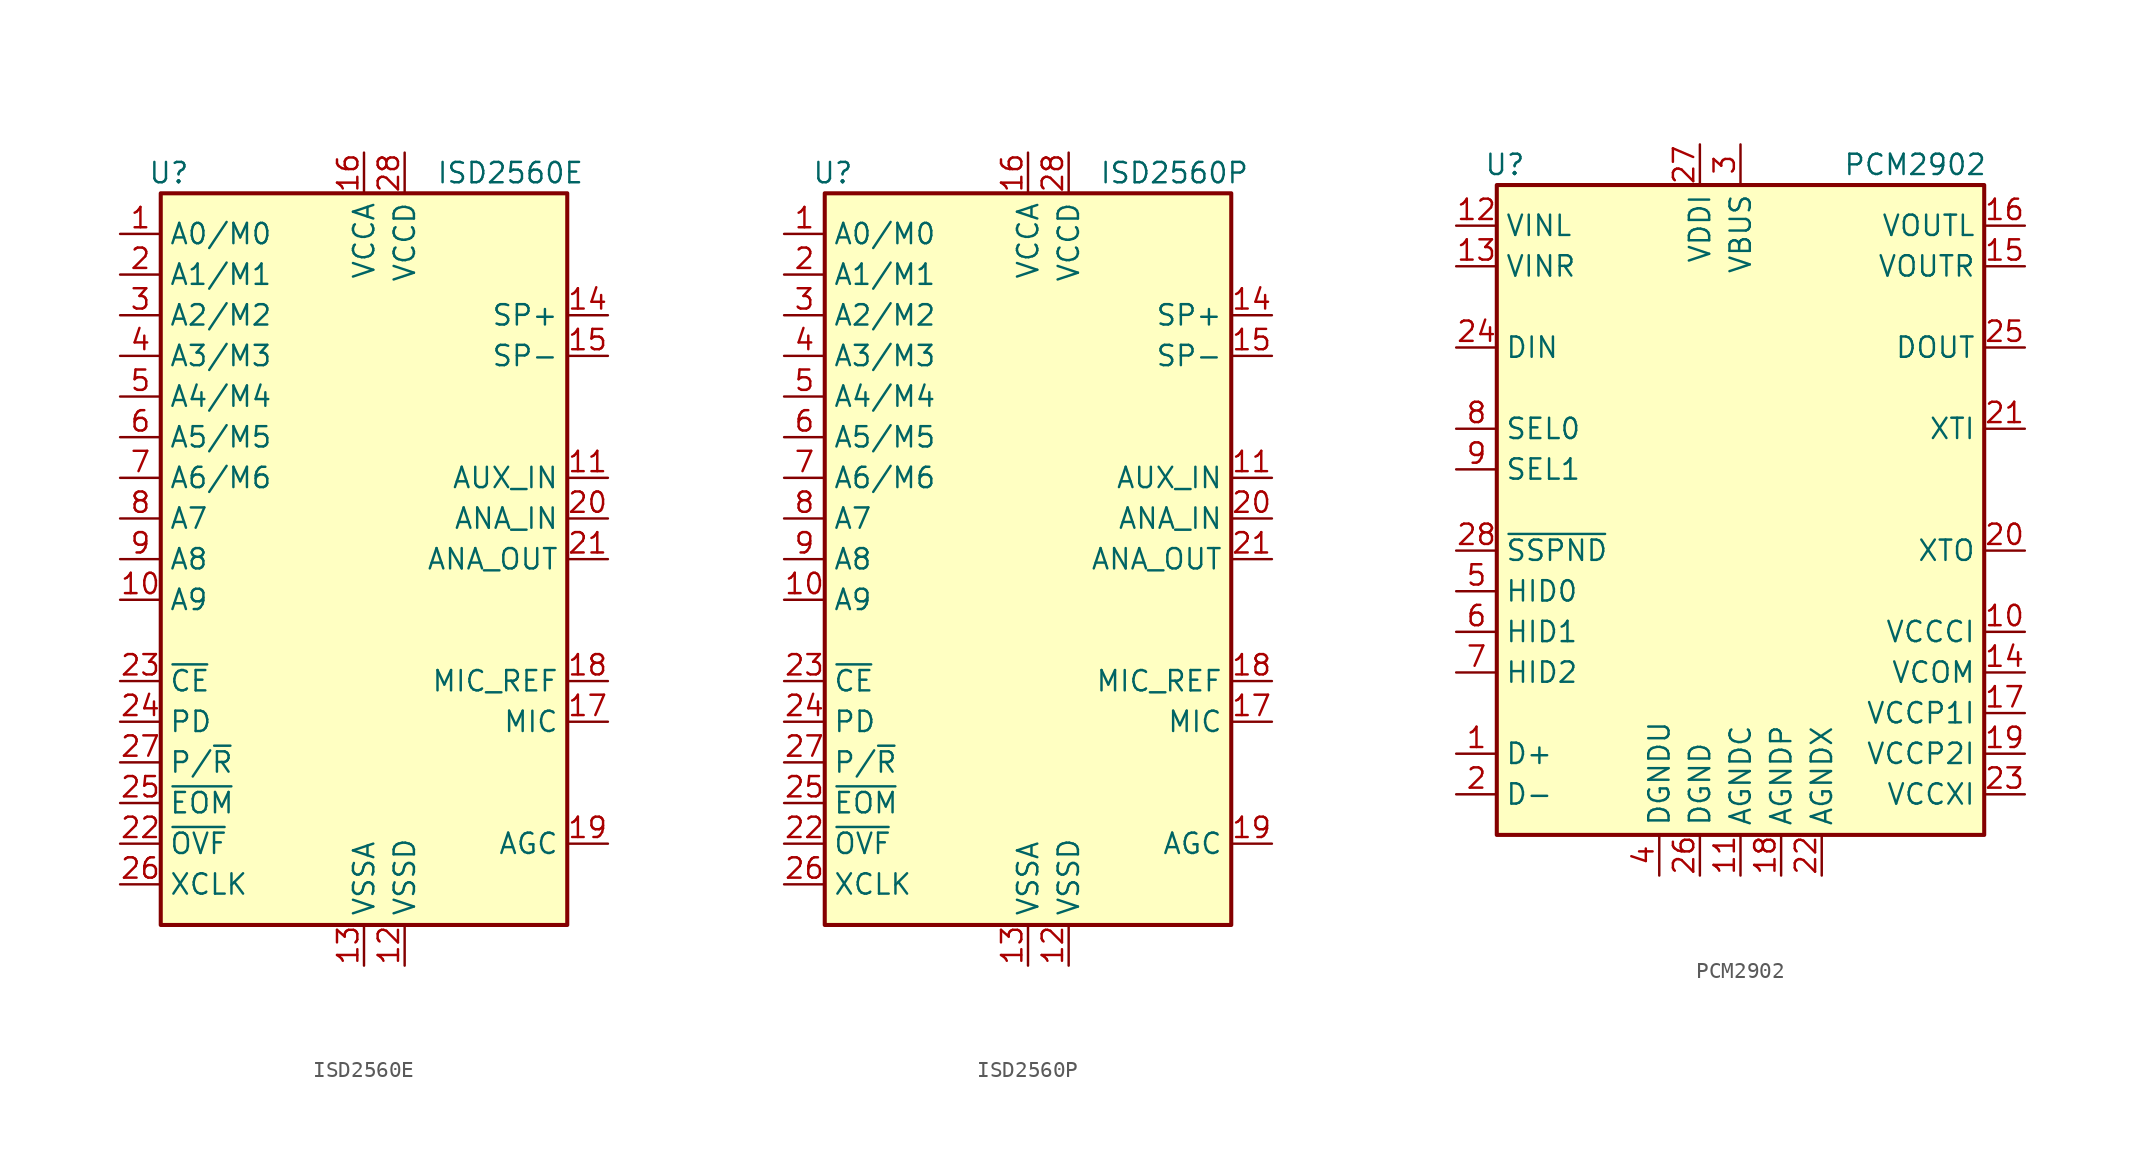
<source format=kicad_sym>
(kicad_symbol_lib
  (version 20201005)
  (generator kicad_symbol_editor)
  (symbol "ISD2560E"
    (property "Reference" "U"
      (at -12.192 24.13 0)
      (effects (font (size 1.27 1.27))))
    (property "Value" "ISD2560E"
      (at 9.144 24.13 0)
      (effects (font (size 1.27 1.27))))
    (symbol "ISD2560E_0_1"
      (rectangle (start -12.7 22.86) (end 12.7 -22.86) (stroke (width 0.254)) (fill (type background))))
    (symbol "ISD2560E_1_1"
      (pin input line (at -15.24 20.32 0) (length 2.54) (name "A0/M0" (effects (font (size 1.27 1.27)))) (number "1" (effects (font (size 1.27 1.27)))))
      (pin input line (at -15.24 -2.54 0) (length 2.54) (name "A9" (effects (font (size 1.27 1.27)))) (number "10" (effects (font (size 1.27 1.27)))))
      (pin input line (at 15.24 5.08 180) (length 2.54) (name "AUX_IN" (effects (font (size 1.27 1.27)))) (number "11" (effects (font (size 1.27 1.27)))))
      (pin power_in line (at 2.54 -25.4 90) (length 2.54) (name "VSSD" (effects (font (size 1.27 1.27)))) (number "12" (effects (font (size 1.27 1.27)))))
      (pin power_in line (at 0 -25.4 90) (length 2.54) (name "VSSA" (effects (font (size 1.27 1.27)))) (number "13" (effects (font (size 1.27 1.27)))))
      (pin output line (at 15.24 15.24 180) (length 2.54) (name "SP+" (effects (font (size 1.27 1.27)))) (number "14" (effects (font (size 1.27 1.27)))))
      (pin output line (at 15.24 12.7 180) (length 2.54) (name "SP-" (effects (font (size 1.27 1.27)))) (number "15" (effects (font (size 1.27 1.27)))))
      (pin power_in line (at 0 25.4 270) (length 2.54) (name "VCCA" (effects (font (size 1.27 1.27)))) (number "16" (effects (font (size 1.27 1.27)))))
      (pin input line (at 15.24 -10.16 180) (length 2.54) (name "MIC" (effects (font (size 1.27 1.27)))) (number "17" (effects (font (size 1.27 1.27)))))
      (pin passive line (at 15.24 -7.62 180) (length 2.54) (name "MIC_REF" (effects (font (size 1.27 1.27)))) (number "18" (effects (font (size 1.27 1.27)))))
      (pin passive line (at 15.24 -17.78 180) (length 2.54) (name "AGC" (effects (font (size 1.27 1.27)))) (number "19" (effects (font (size 1.27 1.27)))))
      (pin input line (at -15.24 17.78 0) (length 2.54) (name "A1/M1" (effects (font (size 1.27 1.27)))) (number "2" (effects (font (size 1.27 1.27)))))
      (pin input line (at 15.24 2.54 180) (length 2.54) (name "ANA_IN" (effects (font (size 1.27 1.27)))) (number "20" (effects (font (size 1.27 1.27)))))
      (pin output line (at 15.24 0 180) (length 2.54) (name "ANA_OUT" (effects (font (size 1.27 1.27)))) (number "21" (effects (font (size 1.27 1.27)))))
      (pin output line (at -15.24 -17.78 0) (length 2.54) (name "~OVF~" (effects (font (size 1.27 1.27)))) (number "22" (effects (font (size 1.27 1.27)))))
      (pin input line (at -15.24 -7.62 0) (length 2.54) (name "~CE~" (effects (font (size 1.27 1.27)))) (number "23" (effects (font (size 1.27 1.27)))))
      (pin input line (at -15.24 -10.16 0) (length 2.54) (name "PD" (effects (font (size 1.27 1.27)))) (number "24" (effects (font (size 1.27 1.27)))))
      (pin output line (at -15.24 -15.24 0) (length 2.54) (name "~EOM~" (effects (font (size 1.27 1.27)))) (number "25" (effects (font (size 1.27 1.27)))))
      (pin input line (at -15.24 -20.32 0) (length 2.54) (name "XCLK" (effects (font (size 1.27 1.27)))) (number "26" (effects (font (size 1.27 1.27)))))
      (pin input line (at -15.24 -12.7 0) (length 2.54) (name "P/~R~" (effects (font (size 1.27 1.27)))) (number "27" (effects (font (size 1.27 1.27)))))
      (pin power_in line (at 2.54 25.4 270) (length 2.54) (name "VCCD" (effects (font (size 1.27 1.27)))) (number "28" (effects (font (size 1.27 1.27)))))
      (pin input line (at -15.24 15.24 0) (length 2.54) (name "A2/M2" (effects (font (size 1.27 1.27)))) (number "3" (effects (font (size 1.27 1.27)))))
      (pin input line (at -15.24 12.7 0) (length 2.54) (name "A3/M3" (effects (font (size 1.27 1.27)))) (number "4" (effects (font (size 1.27 1.27)))))
      (pin input line (at -15.24 10.16 0) (length 2.54) (name "A4/M4" (effects (font (size 1.27 1.27)))) (number "5" (effects (font (size 1.27 1.27)))))
      (pin input line (at -15.24 7.62 0) (length 2.54) (name "A5/M5" (effects (font (size 1.27 1.27)))) (number "6" (effects (font (size 1.27 1.27)))))
      (pin input line (at -15.24 5.08 0) (length 2.54) (name "A6/M6" (effects (font (size 1.27 1.27)))) (number "7" (effects (font (size 1.27 1.27)))))
      (pin input line (at -15.24 2.54 0) (length 2.54) (name "A7" (effects (font (size 1.27 1.27)))) (number "8" (effects (font (size 1.27 1.27)))))
      (pin input line (at -15.24 0 0) (length 2.54) (name "A8" (effects (font (size 1.27 1.27)))) (number "9" (effects (font (size 1.27 1.27)))))))
  (symbol "ISD2560P"
    (property "Reference" "U"
      (at -12.192 24.13 0)
      (effects (font (size 1.27 1.27))))
    (property "Value" "ISD2560P"
      (at 9.144 24.13 0)
      (effects (font (size 1.27 1.27))))
    (symbol "ISD2560P_0_1"
      (rectangle (start -12.7 22.86) (end 12.7 -22.86) (stroke (width 0.254)) (fill (type background))))
    (symbol "ISD2560P_1_1"
      (pin input line (at -15.24 20.32 0) (length 2.54) (name "A0/M0" (effects (font (size 1.27 1.27)))) (number "1" (effects (font (size 1.27 1.27)))))
      (pin input line (at -15.24 -2.54 0) (length 2.54) (name "A9" (effects (font (size 1.27 1.27)))) (number "10" (effects (font (size 1.27 1.27)))))
      (pin input line (at 15.24 5.08 180) (length 2.54) (name "AUX_IN" (effects (font (size 1.27 1.27)))) (number "11" (effects (font (size 1.27 1.27)))))
      (pin power_in line (at 2.54 -25.4 90) (length 2.54) (name "VSSD" (effects (font (size 1.27 1.27)))) (number "12" (effects (font (size 1.27 1.27)))))
      (pin power_in line (at 0 -25.4 90) (length 2.54) (name "VSSA" (effects (font (size 1.27 1.27)))) (number "13" (effects (font (size 1.27 1.27)))))
      (pin output line (at 15.24 15.24 180) (length 2.54) (name "SP+" (effects (font (size 1.27 1.27)))) (number "14" (effects (font (size 1.27 1.27)))))
      (pin output line (at 15.24 12.7 180) (length 2.54) (name "SP-" (effects (font (size 1.27 1.27)))) (number "15" (effects (font (size 1.27 1.27)))))
      (pin power_in line (at 0 25.4 270) (length 2.54) (name "VCCA" (effects (font (size 1.27 1.27)))) (number "16" (effects (font (size 1.27 1.27)))))
      (pin input line (at 15.24 -10.16 180) (length 2.54) (name "MIC" (effects (font (size 1.27 1.27)))) (number "17" (effects (font (size 1.27 1.27)))))
      (pin passive line (at 15.24 -7.62 180) (length 2.54) (name "MIC_REF" (effects (font (size 1.27 1.27)))) (number "18" (effects (font (size 1.27 1.27)))))
      (pin passive line (at 15.24 -17.78 180) (length 2.54) (name "AGC" (effects (font (size 1.27 1.27)))) (number "19" (effects (font (size 1.27 1.27)))))
      (pin input line (at -15.24 17.78 0) (length 2.54) (name "A1/M1" (effects (font (size 1.27 1.27)))) (number "2" (effects (font (size 1.27 1.27)))))
      (pin input line (at 15.24 2.54 180) (length 2.54) (name "ANA_IN" (effects (font (size 1.27 1.27)))) (number "20" (effects (font (size 1.27 1.27)))))
      (pin output line (at 15.24 0 180) (length 2.54) (name "ANA_OUT" (effects (font (size 1.27 1.27)))) (number "21" (effects (font (size 1.27 1.27)))))
      (pin output line (at -15.24 -17.78 0) (length 2.54) (name "~OVF~" (effects (font (size 1.27 1.27)))) (number "22" (effects (font (size 1.27 1.27)))))
      (pin input line (at -15.24 -7.62 0) (length 2.54) (name "~CE~" (effects (font (size 1.27 1.27)))) (number "23" (effects (font (size 1.27 1.27)))))
      (pin input line (at -15.24 -10.16 0) (length 2.54) (name "PD" (effects (font (size 1.27 1.27)))) (number "24" (effects (font (size 1.27 1.27)))))
      (pin output line (at -15.24 -15.24 0) (length 2.54) (name "~EOM~" (effects (font (size 1.27 1.27)))) (number "25" (effects (font (size 1.27 1.27)))))
      (pin input line (at -15.24 -20.32 0) (length 2.54) (name "XCLK" (effects (font (size 1.27 1.27)))) (number "26" (effects (font (size 1.27 1.27)))))
      (pin input line (at -15.24 -12.7 0) (length 2.54) (name "P/~R~" (effects (font (size 1.27 1.27)))) (number "27" (effects (font (size 1.27 1.27)))))
      (pin power_in line (at 2.54 25.4 270) (length 2.54) (name "VCCD" (effects (font (size 1.27 1.27)))) (number "28" (effects (font (size 1.27 1.27)))))
      (pin input line (at -15.24 15.24 0) (length 2.54) (name "A2/M2" (effects (font (size 1.27 1.27)))) (number "3" (effects (font (size 1.27 1.27)))))
      (pin input line (at -15.24 12.7 0) (length 2.54) (name "A3/M3" (effects (font (size 1.27 1.27)))) (number "4" (effects (font (size 1.27 1.27)))))
      (pin input line (at -15.24 10.16 0) (length 2.54) (name "A4/M4" (effects (font (size 1.27 1.27)))) (number "5" (effects (font (size 1.27 1.27)))))
      (pin input line (at -15.24 7.62 0) (length 2.54) (name "A5/M5" (effects (font (size 1.27 1.27)))) (number "6" (effects (font (size 1.27 1.27)))))
      (pin input line (at -15.24 5.08 0) (length 2.54) (name "A6/M6" (effects (font (size 1.27 1.27)))) (number "7" (effects (font (size 1.27 1.27)))))
      (pin input line (at -15.24 2.54 0) (length 2.54) (name "A7" (effects (font (size 1.27 1.27)))) (number "8" (effects (font (size 1.27 1.27)))))
      (pin input line (at -15.24 0 0) (length 2.54) (name "A8" (effects (font (size 1.27 1.27)))) (number "9" (effects (font (size 1.27 1.27)))))))
  (symbol "PCM2902"
    (property "Reference" "U"
      (at -14.732 21.59 0)
      (effects (font (size 1.27 1.27))))
    (property "Value" "PCM2902"
      (at 10.922 21.59 0)
      (effects (font (size 1.27 1.27))))
    (symbol "PCM2902_0_1"
      (rectangle (start -15.24 20.32) (end 15.24 -20.32) (stroke (width 0.254)) (fill (type background))))
    (symbol "PCM2902_1_1"
      (pin bidirectional line (at -17.78 -15.24 0) (length 2.54) (name "D+" (effects (font (size 1.27 1.27)))) (number "1" (effects (font (size 1.27 1.27)))))
      (pin passive line (at 17.78 -7.62 180) (length 2.54) (name "VCCCI" (effects (font (size 1.27 1.27)))) (number "10" (effects (font (size 1.27 1.27)))))
      (pin power_in line (at 0 -22.86 90) (length 2.54) (name "AGNDC" (effects (font (size 1.27 1.27)))) (number "11" (effects (font (size 1.27 1.27)))))
      (pin input line (at -17.78 17.78 0) (length 2.54) (name "VINL" (effects (font (size 1.27 1.27)))) (number "12" (effects (font (size 1.27 1.27)))))
      (pin input line (at -17.78 15.24 0) (length 2.54) (name "VINR" (effects (font (size 1.27 1.27)))) (number "13" (effects (font (size 1.27 1.27)))))
      (pin passive line (at 17.78 -10.16 180) (length 2.54) (name "VCOM" (effects (font (size 1.27 1.27)))) (number "14" (effects (font (size 1.27 1.27)))))
      (pin output line (at 17.78 15.24 180) (length 2.54) (name "VOUTR" (effects (font (size 1.27 1.27)))) (number "15" (effects (font (size 1.27 1.27)))))
      (pin output line (at 17.78 17.78 180) (length 2.54) (name "VOUTL" (effects (font (size 1.27 1.27)))) (number "16" (effects (font (size 1.27 1.27)))))
      (pin passive line (at 17.78 -12.7 180) (length 2.54) (name "VCCP1I" (effects (font (size 1.27 1.27)))) (number "17" (effects (font (size 1.27 1.27)))))
      (pin power_in line (at 2.54 -22.86 90) (length 2.54) (name "AGNDP" (effects (font (size 1.27 1.27)))) (number "18" (effects (font (size 1.27 1.27)))))
      (pin passive line (at 17.78 -15.24 180) (length 2.54) (name "VCCP2I" (effects (font (size 1.27 1.27)))) (number "19" (effects (font (size 1.27 1.27)))))
      (pin bidirectional line (at -17.78 -17.78 0) (length 2.54) (name "D-" (effects (font (size 1.27 1.27)))) (number "2" (effects (font (size 1.27 1.27)))))
      (pin output line (at 17.78 -2.54 180) (length 2.54) (name "XTO" (effects (font (size 1.27 1.27)))) (number "20" (effects (font (size 1.27 1.27)))))
      (pin input line (at 17.78 5.08 180) (length 2.54) (name "XTI" (effects (font (size 1.27 1.27)))) (number "21" (effects (font (size 1.27 1.27)))))
      (pin power_in line (at 5.08 -22.86 90) (length 2.54) (name "AGNDX" (effects (font (size 1.27 1.27)))) (number "22" (effects (font (size 1.27 1.27)))))
      (pin passive line (at 17.78 -17.78 180) (length 2.54) (name "VCCXI" (effects (font (size 1.27 1.27)))) (number "23" (effects (font (size 1.27 1.27)))))
      (pin input line (at -17.78 10.16 0) (length 2.54) (name "DIN" (effects (font (size 1.27 1.27)))) (number "24" (effects (font (size 1.27 1.27)))))
      (pin output line (at 17.78 10.16 180) (length 2.54) (name "DOUT" (effects (font (size 1.27 1.27)))) (number "25" (effects (font (size 1.27 1.27)))))
      (pin power_in line (at -2.54 -22.86 90) (length 2.54) (name "DGND" (effects (font (size 1.27 1.27)))) (number "26" (effects (font (size 1.27 1.27)))))
      (pin power_out line (at -2.54 22.86 270) (length 2.54) (name "VDDI" (effects (font (size 1.27 1.27)))) (number "27" (effects (font (size 1.27 1.27)))))
      (pin output line (at -17.78 -2.54 0) (length 2.54) (name "~SSPND~" (effects (font (size 1.27 1.27)))) (number "28" (effects (font (size 1.27 1.27)))))
      (pin power_in line (at 0 22.86 270) (length 2.54) (name "VBUS" (effects (font (size 1.27 1.27)))) (number "3" (effects (font (size 1.27 1.27)))))
      (pin power_in line (at -5.08 -22.86 90) (length 2.54) (name "DGNDU" (effects (font (size 1.27 1.27)))) (number "4" (effects (font (size 1.27 1.27)))))
      (pin input line (at -17.78 -5.08 0) (length 2.54) (name "HID0" (effects (font (size 1.27 1.27)))) (number "5" (effects (font (size 1.27 1.27)))))
      (pin input line (at -17.78 -7.62 0) (length 2.54) (name "HID1" (effects (font (size 1.27 1.27)))) (number "6" (effects (font (size 1.27 1.27)))))
      (pin input line (at -17.78 -10.16 0) (length 2.54) (name "HID2" (effects (font (size 1.27 1.27)))) (number "7" (effects (font (size 1.27 1.27)))))
      (pin input line (at -17.78 5.08 0) (length 2.54) (name "SEL0" (effects (font (size 1.27 1.27)))) (number "8" (effects (font (size 1.27 1.27)))))
      (pin input line (at -17.78 2.54 0) (length 2.54) (name "SEL1" (effects (font (size 1.27 1.27)))) (number "9" (effects (font (size 1.27 1.27))))))))
</source>
